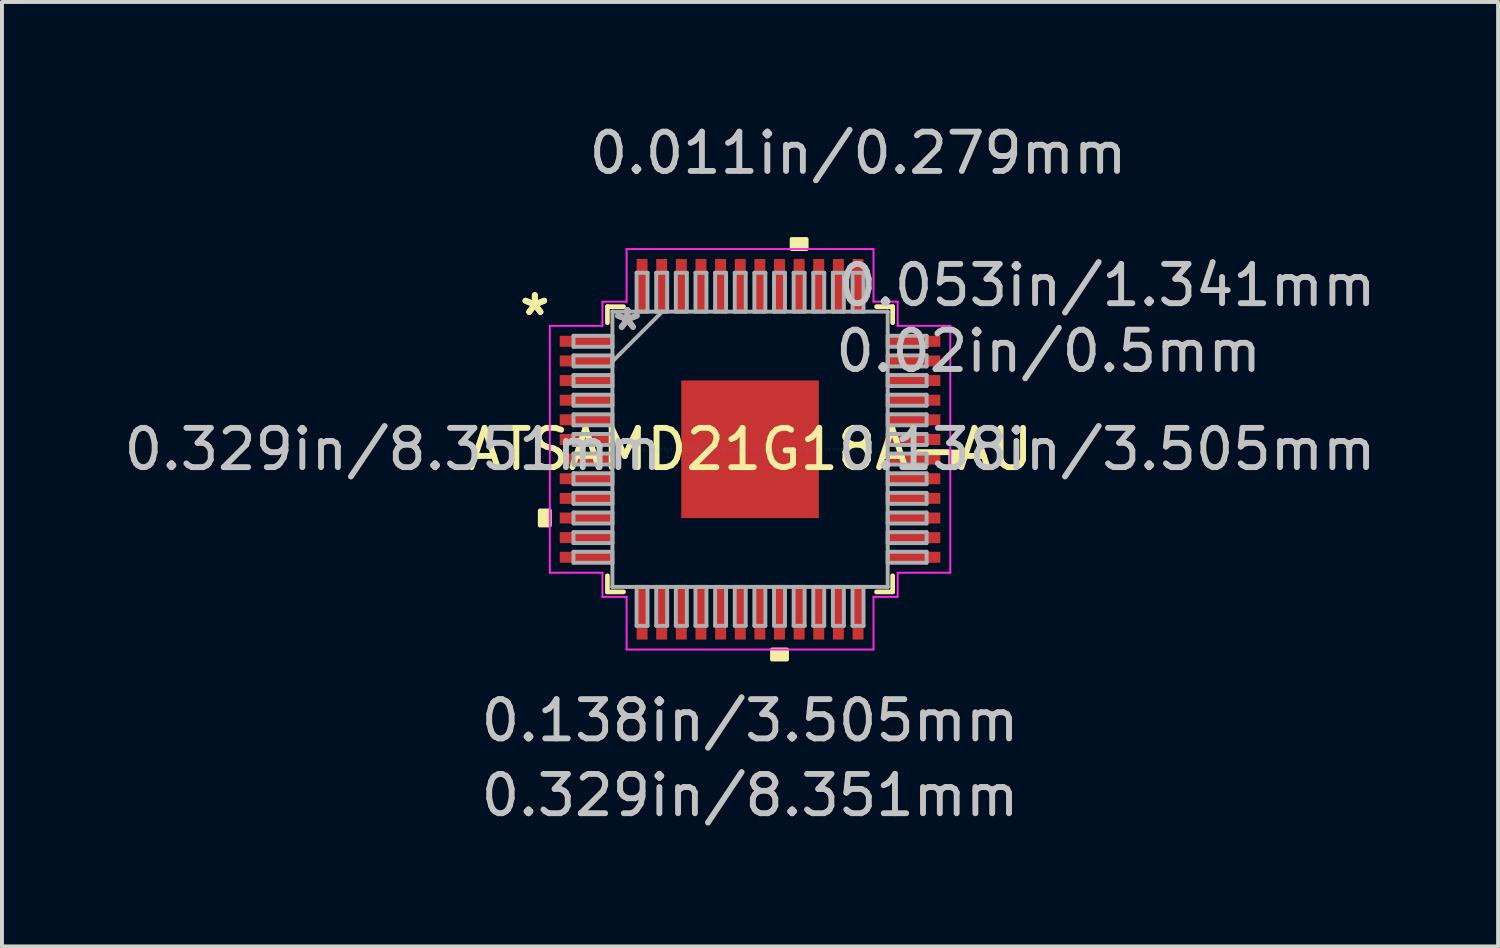
<source format=kicad_pcb>
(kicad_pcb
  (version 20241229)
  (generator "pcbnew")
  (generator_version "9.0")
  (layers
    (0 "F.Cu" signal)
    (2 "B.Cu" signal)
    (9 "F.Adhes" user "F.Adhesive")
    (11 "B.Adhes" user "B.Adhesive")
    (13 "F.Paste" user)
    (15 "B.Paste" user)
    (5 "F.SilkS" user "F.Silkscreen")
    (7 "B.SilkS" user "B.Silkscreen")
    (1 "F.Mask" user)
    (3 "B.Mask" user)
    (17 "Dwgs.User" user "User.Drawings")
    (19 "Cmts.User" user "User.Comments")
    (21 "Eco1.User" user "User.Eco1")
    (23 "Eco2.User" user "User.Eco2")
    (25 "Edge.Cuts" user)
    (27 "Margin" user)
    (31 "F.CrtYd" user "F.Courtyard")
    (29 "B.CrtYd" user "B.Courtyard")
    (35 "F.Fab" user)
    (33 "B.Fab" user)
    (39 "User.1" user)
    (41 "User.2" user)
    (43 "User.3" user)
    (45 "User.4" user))
  (footprint "ATSAMD21G18A-AU"
    (layer "F.Cu")
    (at 16.052 8.392)
    (property "Reference" "ATSAMD21G18A-AU" (at 0 0 0) (layer "F.SilkS") (effects (font (size 1 1) (thickness 0.15))))
    (attr through_hole)
    (fp_line (start -3.632 -3.632) (end -3.632 -3.222) (stroke (width 0.12) (type solid)) (layer "F.SilkS"))
    (fp_line (start -3.632 3.222) (end -3.632 3.632) (stroke (width 0.12) (type solid)) (layer "F.SilkS"))
    (fp_line (start -3.632 3.632) (end -3.222 3.632) (stroke (width 0.12) (type solid)) (layer "F.SilkS"))
    (fp_line (start -3.222 -3.632) (end -3.632 -3.632) (stroke (width 0.12) (type solid)) (layer "F.SilkS"))
    (fp_line (start 3.222 3.632) (end 3.632 3.632) (stroke (width 0.12) (type solid)) (layer "F.SilkS"))
    (fp_line (start 3.632 -3.632) (end 3.222 -3.632) (stroke (width 0.12) (type solid)) (layer "F.SilkS"))
    (fp_line (start 3.632 -3.222) (end 3.632 -3.632) (stroke (width 0.12) (type solid)) (layer "F.SilkS"))
    (fp_line (start 3.632 3.632) (end 3.632 3.222) (stroke (width 0.12) (type solid)) (layer "F.SilkS"))
    (fp_poly (pts (xy -5.354 1.559) (xy -5.354 1.94) (xy -5.1 1.94) (xy -5.1 1.559)) (stroke (width 0.1) (type solid)) (fill yes) (layer "F.SilkS"))
    (fp_poly (pts (xy 0.56 5.1) (xy 0.56 5.354) (xy 0.941 5.354) (xy 0.941 5.1)) (stroke (width 0.1) (type solid)) (fill yes) (layer "F.SilkS"))
    (fp_poly (pts (xy 1.06 -5.1) (xy 1.06 -5.354) (xy 1.44 -5.354) (xy 1.44 -5.1)) (stroke (width 0.1) (type solid)) (fill yes) (layer "F.SilkS"))
    (fp_poly (pts (xy 5.354 0.059) (xy 5.354 0.441) (xy 5.1 0.441) (xy 5.1 0.059)) (stroke (width 0.1) (type solid)) (fill yes) (layer "F.SilkS"))
    (fp_poly (pts (xy -1.653 -1.653) (xy -1.653 -0.1) (xy -0.1 -0.1) (xy -0.1 -1.653)) (stroke (width 0.1) (type solid)) (fill yes) (layer "F.Paste"))
    (fp_poly (pts (xy -1.653 0.1) (xy -1.653 1.653) (xy -0.1 1.653) (xy -0.1 0.1)) (stroke (width 0.1) (type solid)) (fill yes) (layer "F.Paste"))
    (fp_poly (pts (xy 0.1 -1.653) (xy 0.1 -0.1) (xy 1.653 -0.1) (xy 1.653 -1.653)) (stroke (width 0.1) (type solid)) (fill yes) (layer "F.Paste"))
    (fp_poly (pts (xy 0.1 0.1) (xy 0.1 1.653) (xy 1.653 1.653) (xy 1.653 0.1)) (stroke (width 0.1) (type solid)) (fill yes) (layer "F.Paste"))
    (fp_line (start -5.1 -3.144) (end -3.759 -3.144) (stroke (width 0.05) (type solid)) (layer "F.CrtYd"))
    (fp_line (start -5.1 3.144) (end -5.1 -3.144) (stroke (width 0.05) (type solid)) (layer "F.CrtYd"))
    (fp_line (start -3.759 -3.759) (end -3.144 -3.759) (stroke (width 0.05) (type solid)) (layer "F.CrtYd"))
    (fp_line (start -3.759 -3.144) (end -3.759 -3.759) (stroke (width 0.05) (type solid)) (layer "F.CrtYd"))
    (fp_line (start -3.759 3.144) (end -5.1 3.144) (stroke (width 0.05) (type solid)) (layer "F.CrtYd"))
    (fp_line (start -3.759 3.759) (end -3.759 3.144) (stroke (width 0.05) (type solid)) (layer "F.CrtYd"))
    (fp_line (start -3.144 -5.1) (end 3.144 -5.1) (stroke (width 0.05) (type solid)) (layer "F.CrtYd"))
    (fp_line (start -3.144 -3.759) (end -3.144 -5.1) (stroke (width 0.05) (type solid)) (layer "F.CrtYd"))
    (fp_line (start -3.144 3.759) (end -3.759 3.759) (stroke (width 0.05) (type solid)) (layer "F.CrtYd"))
    (fp_line (start -3.144 5.1) (end -3.144 3.759) (stroke (width 0.05) (type solid)) (layer "F.CrtYd"))
    (fp_line (start 3.144 -5.1) (end 3.144 -3.759) (stroke (width 0.05) (type solid)) (layer "F.CrtYd"))
    (fp_line (start 3.144 -3.759) (end 3.759 -3.759) (stroke (width 0.05) (type solid)) (layer "F.CrtYd"))
    (fp_line (start 3.144 3.759) (end 3.144 5.1) (stroke (width 0.05) (type solid)) (layer "F.CrtYd"))
    (fp_line (start 3.144 5.1) (end -3.144 5.1) (stroke (width 0.05) (type solid)) (layer "F.CrtYd"))
    (fp_line (start 3.759 -3.759) (end 3.759 -3.144) (stroke (width 0.05) (type solid)) (layer "F.CrtYd"))
    (fp_line (start 3.759 -3.144) (end 5.1 -3.144) (stroke (width 0.05) (type solid)) (layer "F.CrtYd"))
    (fp_line (start 3.759 3.144) (end 3.759 3.759) (stroke (width 0.05) (type solid)) (layer "F.CrtYd"))
    (fp_line (start 3.759 3.759) (end 3.144 3.759) (stroke (width 0.05) (type solid)) (layer "F.CrtYd"))
    (fp_line (start 5.1 -3.144) (end 5.1 3.144) (stroke (width 0.05) (type solid)) (layer "F.CrtYd"))
    (fp_line (start 5.1 3.144) (end 3.759 3.144) (stroke (width 0.05) (type solid)) (layer "F.CrtYd"))
    (fp_line (start -4.496 -2.89) (end -4.496 -2.61) (stroke (width 0.1) (type solid)) (layer "F.Fab"))
    (fp_line (start -4.496 -2.61) (end -3.505 -2.61) (stroke (width 0.1) (type solid)) (layer "F.Fab"))
    (fp_line (start -4.496 -2.39) (end -4.496 -2.11) (stroke (width 0.1) (type solid)) (layer "F.Fab"))
    (fp_line (start -4.496 -2.11) (end -3.505 -2.11) (stroke (width 0.1) (type solid)) (layer "F.Fab"))
    (fp_line (start -4.496 -1.89) (end -4.496 -1.61) (stroke (width 0.1) (type solid)) (layer "F.Fab"))
    (fp_line (start -4.496 -1.61) (end -3.505 -1.61) (stroke (width 0.1) (type solid)) (layer "F.Fab"))
    (fp_line (start -4.496 -1.39) (end -4.496 -1.11) (stroke (width 0.1) (type solid)) (layer "F.Fab"))
    (fp_line (start -4.496 -1.11) (end -3.505 -1.11) (stroke (width 0.1) (type solid)) (layer "F.Fab"))
    (fp_line (start -4.496 -0.89) (end -4.496 -0.61) (stroke (width 0.1) (type solid)) (layer "F.Fab"))
    (fp_line (start -4.496 -0.61) (end -3.505 -0.61) (stroke (width 0.1) (type solid)) (layer "F.Fab"))
    (fp_line (start -4.496 -0.39) (end -4.496 -0.11) (stroke (width 0.1) (type solid)) (layer "F.Fab"))
    (fp_line (start -4.496 -0.11) (end -3.505 -0.11) (stroke (width 0.1) (type solid)) (layer "F.Fab"))
    (fp_line (start -4.496 0.11) (end -4.496 0.39) (stroke (width 0.1) (type solid)) (layer "F.Fab"))
    (fp_line (start -4.496 0.39) (end -3.505 0.39) (stroke (width 0.1) (type solid)) (layer "F.Fab"))
    (fp_line (start -4.496 0.61) (end -4.496 0.89) (stroke (width 0.1) (type solid)) (layer "F.Fab"))
    (fp_line (start -4.496 0.89) (end -3.505 0.89) (stroke (width 0.1) (type solid)) (layer "F.Fab"))
    (fp_line (start -4.496 1.11) (end -4.496 1.39) (stroke (width 0.1) (type solid)) (layer "F.Fab"))
    (fp_line (start -4.496 1.39) (end -3.505 1.39) (stroke (width 0.1) (type solid)) (layer "F.Fab"))
    (fp_line (start -4.496 1.61) (end -4.496 1.89) (stroke (width 0.1) (type solid)) (layer "F.Fab"))
    (fp_line (start -4.496 1.89) (end -3.505 1.89) (stroke (width 0.1) (type solid)) (layer "F.Fab"))
    (fp_line (start -4.496 2.11) (end -4.496 2.39) (stroke (width 0.1) (type solid)) (layer "F.Fab"))
    (fp_line (start -4.496 2.39) (end -3.505 2.39) (stroke (width 0.1) (type solid)) (layer "F.Fab"))
    (fp_line (start -4.496 2.61) (end -4.496 2.89) (stroke (width 0.1) (type solid)) (layer "F.Fab"))
    (fp_line (start -4.496 2.89) (end -3.505 2.89) (stroke (width 0.1) (type solid)) (layer "F.Fab"))
    (fp_line (start -3.505 -3.505) (end -3.505 -3.505) (stroke (width 0.1) (type solid)) (layer "F.Fab"))
    (fp_line (start -3.505 -3.505) (end -3.505 3.505) (stroke (width 0.1) (type solid)) (layer "F.Fab"))
    (fp_line (start -3.505 -2.89) (end -4.496 -2.89) (stroke (width 0.1) (type solid)) (layer "F.Fab"))
    (fp_line (start -3.505 -2.61) (end -3.505 -2.89) (stroke (width 0.1) (type solid)) (layer "F.Fab"))
    (fp_line (start -3.505 -2.39) (end -4.496 -2.39) (stroke (width 0.1) (type solid)) (layer "F.Fab"))
    (fp_line (start -3.505 -2.235) (end -2.235 -3.505) (stroke (width 0.1) (type solid)) (layer "F.Fab"))
    (fp_line (start -3.505 -2.11) (end -3.505 -2.39) (stroke (width 0.1) (type solid)) (layer "F.Fab"))
    (fp_line (start -3.505 -1.89) (end -4.496 -1.89) (stroke (width 0.1) (type solid)) (layer "F.Fab"))
    (fp_line (start -3.505 -1.61) (end -3.505 -1.89) (stroke (width 0.1) (type solid)) (layer "F.Fab"))
    (fp_line (start -3.505 -1.39) (end -4.496 -1.39) (stroke (width 0.1) (type solid)) (layer "F.Fab"))
    (fp_line (start -3.505 -1.11) (end -3.505 -1.39) (stroke (width 0.1) (type solid)) (layer "F.Fab"))
    (fp_line (start -3.505 -0.89) (end -4.496 -0.89) (stroke (width 0.1) (type solid)) (layer "F.Fab"))
    (fp_line (start -3.505 -0.61) (end -3.505 -0.89) (stroke (width 0.1) (type solid)) (layer "F.Fab"))
    (fp_line (start -3.505 -0.39) (end -4.496 -0.39) (stroke (width 0.1) (type solid)) (layer "F.Fab"))
    (fp_line (start -3.505 -0.11) (end -3.505 -0.39) (stroke (width 0.1) (type solid)) (layer "F.Fab"))
    (fp_line (start -3.505 0.11) (end -4.496 0.11) (stroke (width 0.1) (type solid)) (layer "F.Fab"))
    (fp_line (start -3.505 0.39) (end -3.505 0.11) (stroke (width 0.1) (type solid)) (layer "F.Fab"))
    (fp_line (start -3.505 0.61) (end -4.496 0.61) (stroke (width 0.1) (type solid)) (layer "F.Fab"))
    (fp_line (start -3.505 0.89) (end -3.505 0.61) (stroke (width 0.1) (type solid)) (layer "F.Fab"))
    (fp_line (start -3.505 1.11) (end -4.496 1.11) (stroke (width 0.1) (type solid)) (layer "F.Fab"))
    (fp_line (start -3.505 1.39) (end -3.505 1.11) (stroke (width 0.1) (type solid)) (layer "F.Fab"))
    (fp_line (start -3.505 1.61) (end -4.496 1.61) (stroke (width 0.1) (type solid)) (layer "F.Fab"))
    (fp_line (start -3.505 1.89) (end -3.505 1.61) (stroke (width 0.1) (type solid)) (layer "F.Fab"))
    (fp_line (start -3.505 2.11) (end -4.496 2.11) (stroke (width 0.1) (type solid)) (layer "F.Fab"))
    (fp_line (start -3.505 2.39) (end -3.505 2.11) (stroke (width 0.1) (type solid)) (layer "F.Fab"))
    (fp_line (start -3.505 2.61) (end -4.496 2.61) (stroke (width 0.1) (type solid)) (layer "F.Fab"))
    (fp_line (start -3.505 2.89) (end -3.505 2.61) (stroke (width 0.1) (type solid)) (layer "F.Fab"))
    (fp_line (start -3.505 3.505) (end -3.505 3.505) (stroke (width 0.1) (type solid)) (layer "F.Fab"))
    (fp_line (start -3.505 3.505) (end 3.505 3.505) (stroke (width 0.1) (type solid)) (layer "F.Fab"))
    (fp_line (start -2.89 -4.496) (end -2.89 -3.505) (stroke (width 0.1) (type solid)) (layer "F.Fab"))
    (fp_line (start -2.89 -3.505) (end -2.61 -3.505) (stroke (width 0.1) (type solid)) (layer "F.Fab"))
    (fp_line (start -2.89 3.505) (end -2.89 4.496) (stroke (width 0.1) (type solid)) (layer "F.Fab"))
    (fp_line (start -2.89 4.496) (end -2.61 4.496) (stroke (width 0.1) (type solid)) (layer "F.Fab"))
    (fp_line (start -2.61 -4.496) (end -2.89 -4.496) (stroke (width 0.1) (type solid)) (layer "F.Fab"))
    (fp_line (start -2.61 -3.505) (end -2.61 -4.496) (stroke (width 0.1) (type solid)) (layer "F.Fab"))
    (fp_line (start -2.61 3.505) (end -2.89 3.505) (stroke (width 0.1) (type solid)) (layer "F.Fab"))
    (fp_line (start -2.61 4.496) (end -2.61 3.505) (stroke (width 0.1) (type solid)) (layer "F.Fab"))
    (fp_line (start -2.39 -4.496) (end -2.39 -3.505) (stroke (width 0.1) (type solid)) (layer "F.Fab"))
    (fp_line (start -2.39 -3.505) (end -2.11 -3.505) (stroke (width 0.1) (type solid)) (layer "F.Fab"))
    (fp_line (start -2.39 3.505) (end -2.39 4.496) (stroke (width 0.1) (type solid)) (layer "F.Fab"))
    (fp_line (start -2.39 4.496) (end -2.11 4.496) (stroke (width 0.1) (type solid)) (layer "F.Fab"))
    (fp_line (start -2.11 -4.496) (end -2.39 -4.496) (stroke (width 0.1) (type solid)) (layer "F.Fab"))
    (fp_line (start -2.11 -3.505) (end -2.11 -4.496) (stroke (width 0.1) (type solid)) (layer "F.Fab"))
    (fp_line (start -2.11 3.505) (end -2.39 3.505) (stroke (width 0.1) (type solid)) (layer "F.Fab"))
    (fp_line (start -2.11 4.496) (end -2.11 3.505) (stroke (width 0.1) (type solid)) (layer "F.Fab"))
    (fp_line (start -1.89 -4.496) (end -1.89 -3.505) (stroke (width 0.1) (type solid)) (layer "F.Fab"))
    (fp_line (start -1.89 -3.505) (end -1.61 -3.505) (stroke (width 0.1) (type solid)) (layer "F.Fab"))
    (fp_line (start -1.89 3.505) (end -1.89 4.496) (stroke (width 0.1) (type solid)) (layer "F.Fab"))
    (fp_line (start -1.89 4.496) (end -1.61 4.496) (stroke (width 0.1) (type solid)) (layer "F.Fab"))
    (fp_line (start -1.61 -4.496) (end -1.89 -4.496) (stroke (width 0.1) (type solid)) (layer "F.Fab"))
    (fp_line (start -1.61 -3.505) (end -1.61 -4.496) (stroke (width 0.1) (type solid)) (layer "F.Fab"))
    (fp_line (start -1.61 3.505) (end -1.89 3.505) (stroke (width 0.1) (type solid)) (layer "F.Fab"))
    (fp_line (start -1.61 4.496) (end -1.61 3.505) (stroke (width 0.1) (type solid)) (layer "F.Fab"))
    (fp_line (start -1.39 -4.496) (end -1.39 -3.505) (stroke (width 0.1) (type solid)) (layer "F.Fab"))
    (fp_line (start -1.39 -3.505) (end -1.11 -3.505) (stroke (width 0.1) (type solid)) (layer "F.Fab"))
    (fp_line (start -1.39 3.505) (end -1.39 4.496) (stroke (width 0.1) (type solid)) (layer "F.Fab"))
    (fp_line (start -1.39 4.496) (end -1.11 4.496) (stroke (width 0.1) (type solid)) (layer "F.Fab"))
    (fp_line (start -1.11 -4.496) (end -1.39 -4.496) (stroke (width 0.1) (type solid)) (layer "F.Fab"))
    (fp_line (start -1.11 -3.505) (end -1.11 -4.496) (stroke (width 0.1) (type solid)) (layer "F.Fab"))
    (fp_line (start -1.11 3.505) (end -1.39 3.505) (stroke (width 0.1) (type solid)) (layer "F.Fab"))
    (fp_line (start -1.11 4.496) (end -1.11 3.505) (stroke (width 0.1) (type solid)) (layer "F.Fab"))
    (fp_line (start -0.89 -4.496) (end -0.89 -3.505) (stroke (width 0.1) (type solid)) (layer "F.Fab"))
    (fp_line (start -0.89 -3.505) (end -0.61 -3.505) (stroke (width 0.1) (type solid)) (layer "F.Fab"))
    (fp_line (start -0.89 3.505) (end -0.89 4.496) (stroke (width 0.1) (type solid)) (layer "F.Fab"))
    (fp_line (start -0.89 4.496) (end -0.61 4.496) (stroke (width 0.1) (type solid)) (layer "F.Fab"))
    (fp_line (start -0.61 -4.496) (end -0.89 -4.496) (stroke (width 0.1) (type solid)) (layer "F.Fab"))
    (fp_line (start -0.61 -3.505) (end -0.61 -4.496) (stroke (width 0.1) (type solid)) (layer "F.Fab"))
    (fp_line (start -0.61 3.505) (end -0.89 3.505) (stroke (width 0.1) (type solid)) (layer "F.Fab"))
    (fp_line (start -0.61 4.496) (end -0.61 3.505) (stroke (width 0.1) (type solid)) (layer "F.Fab"))
    (fp_line (start -0.39 -4.496) (end -0.39 -3.505) (stroke (width 0.1) (type solid)) (layer "F.Fab"))
    (fp_line (start -0.39 -3.505) (end -0.11 -3.505) (stroke (width 0.1) (type solid)) (layer "F.Fab"))
    (fp_line (start -0.39 3.505) (end -0.39 4.496) (stroke (width 0.1) (type solid)) (layer "F.Fab"))
    (fp_line (start -0.39 4.496) (end -0.11 4.496) (stroke (width 0.1) (type solid)) (layer "F.Fab"))
    (fp_line (start -0.11 -4.496) (end -0.39 -4.496) (stroke (width 0.1) (type solid)) (layer "F.Fab"))
    (fp_line (start -0.11 -3.505) (end -0.11 -4.496) (stroke (width 0.1) (type solid)) (layer "F.Fab"))
    (fp_line (start -0.11 3.505) (end -0.39 3.505) (stroke (width 0.1) (type solid)) (layer "F.Fab"))
    (fp_line (start -0.11 4.496) (end -0.11 3.505) (stroke (width 0.1) (type solid)) (layer "F.Fab"))
    (fp_line (start 0.11 -4.496) (end 0.11 -3.505) (stroke (width 0.1) (type solid)) (layer "F.Fab"))
    (fp_line (start 0.11 -3.505) (end 0.39 -3.505) (stroke (width 0.1) (type solid)) (layer "F.Fab"))
    (fp_line (start 0.11 3.505) (end 0.11 4.496) (stroke (width 0.1) (type solid)) (layer "F.Fab"))
    (fp_line (start 0.11 4.496) (end 0.39 4.496) (stroke (width 0.1) (type solid)) (layer "F.Fab"))
    (fp_line (start 0.39 -4.496) (end 0.11 -4.496) (stroke (width 0.1) (type solid)) (layer "F.Fab"))
    (fp_line (start 0.39 -3.505) (end 0.39 -4.496) (stroke (width 0.1) (type solid)) (layer "F.Fab"))
    (fp_line (start 0.39 3.505) (end 0.11 3.505) (stroke (width 0.1) (type solid)) (layer "F.Fab"))
    (fp_line (start 0.39 4.496) (end 0.39 3.505) (stroke (width 0.1) (type solid)) (layer "F.Fab"))
    (fp_line (start 0.61 -4.496) (end 0.61 -3.505) (stroke (width 0.1) (type solid)) (layer "F.Fab"))
    (fp_line (start 0.61 -3.505) (end 0.89 -3.505) (stroke (width 0.1) (type solid)) (layer "F.Fab"))
    (fp_line (start 0.61 3.505) (end 0.61 4.496) (stroke (width 0.1) (type solid)) (layer "F.Fab"))
    (fp_line (start 0.61 4.496) (end 0.89 4.496) (stroke (width 0.1) (type solid)) (layer "F.Fab"))
    (fp_line (start 0.89 -4.496) (end 0.61 -4.496) (stroke (width 0.1) (type solid)) (layer "F.Fab"))
    (fp_line (start 0.89 -3.505) (end 0.89 -4.496) (stroke (width 0.1) (type solid)) (layer "F.Fab"))
    (fp_line (start 0.89 3.505) (end 0.61 3.505) (stroke (width 0.1) (type solid)) (layer "F.Fab"))
    (fp_line (start 0.89 4.496) (end 0.89 3.505) (stroke (width 0.1) (type solid)) (layer "F.Fab"))
    (fp_line (start 1.11 -4.496) (end 1.11 -3.505) (stroke (width 0.1) (type solid)) (layer "F.Fab"))
    (fp_line (start 1.11 -3.505) (end 1.39 -3.505) (stroke (width 0.1) (type solid)) (layer "F.Fab"))
    (fp_line (start 1.11 3.505) (end 1.11 4.496) (stroke (width 0.1) (type solid)) (layer "F.Fab"))
    (fp_line (start 1.11 4.496) (end 1.39 4.496) (stroke (width 0.1) (type solid)) (layer "F.Fab"))
    (fp_line (start 1.39 -4.496) (end 1.11 -4.496) (stroke (width 0.1) (type solid)) (layer "F.Fab"))
    (fp_line (start 1.39 -3.505) (end 1.39 -4.496) (stroke (width 0.1) (type solid)) (layer "F.Fab"))
    (fp_line (start 1.39 3.505) (end 1.11 3.505) (stroke (width 0.1) (type solid)) (layer "F.Fab"))
    (fp_line (start 1.39 4.496) (end 1.39 3.505) (stroke (width 0.1) (type solid)) (layer "F.Fab"))
    (fp_line (start 1.61 -4.496) (end 1.61 -3.505) (stroke (width 0.1) (type solid)) (layer "F.Fab"))
    (fp_line (start 1.61 -3.505) (end 1.89 -3.505) (stroke (width 0.1) (type solid)) (layer "F.Fab"))
    (fp_line (start 1.61 3.505) (end 1.61 4.496) (stroke (width 0.1) (type solid)) (layer "F.Fab"))
    (fp_line (start 1.61 4.496) (end 1.89 4.496) (stroke (width 0.1) (type solid)) (layer "F.Fab"))
    (fp_line (start 1.89 -4.496) (end 1.61 -4.496) (stroke (width 0.1) (type solid)) (layer "F.Fab"))
    (fp_line (start 1.89 -3.505) (end 1.89 -4.496) (stroke (width 0.1) (type solid)) (layer "F.Fab"))
    (fp_line (start 1.89 3.505) (end 1.61 3.505) (stroke (width 0.1) (type solid)) (layer "F.Fab"))
    (fp_line (start 1.89 4.496) (end 1.89 3.505) (stroke (width 0.1) (type solid)) (layer "F.Fab"))
    (fp_line (start 2.11 -4.496) (end 2.11 -3.505) (stroke (width 0.1) (type solid)) (layer "F.Fab"))
    (fp_line (start 2.11 -3.505) (end 2.39 -3.505) (stroke (width 0.1) (type solid)) (layer "F.Fab"))
    (fp_line (start 2.11 3.505) (end 2.11 4.496) (stroke (width 0.1) (type solid)) (layer "F.Fab"))
    (fp_line (start 2.11 4.496) (end 2.39 4.496) (stroke (width 0.1) (type solid)) (layer "F.Fab"))
    (fp_line (start 2.39 -4.496) (end 2.11 -4.496) (stroke (width 0.1) (type solid)) (layer "F.Fab"))
    (fp_line (start 2.39 -3.505) (end 2.39 -4.496) (stroke (width 0.1) (type solid)) (layer "F.Fab"))
    (fp_line (start 2.39 3.505) (end 2.11 3.505) (stroke (width 0.1) (type solid)) (layer "F.Fab"))
    (fp_line (start 2.39 4.496) (end 2.39 3.505) (stroke (width 0.1) (type solid)) (layer "F.Fab"))
    (fp_line (start 2.61 -4.496) (end 2.61 -3.505) (stroke (width 0.1) (type solid)) (layer "F.Fab"))
    (fp_line (start 2.61 -3.505) (end 2.89 -3.505) (stroke (width 0.1) (type solid)) (layer "F.Fab"))
    (fp_line (start 2.61 3.505) (end 2.61 4.496) (stroke (width 0.1) (type solid)) (layer "F.Fab"))
    (fp_line (start 2.61 4.496) (end 2.89 4.496) (stroke (width 0.1) (type solid)) (layer "F.Fab"))
    (fp_line (start 2.89 -4.496) (end 2.61 -4.496) (stroke (width 0.1) (type solid)) (layer "F.Fab"))
    (fp_line (start 2.89 -3.505) (end 2.89 -4.496) (stroke (width 0.1) (type solid)) (layer "F.Fab"))
    (fp_line (start 2.89 3.505) (end 2.61 3.505) (stroke (width 0.1) (type solid)) (layer "F.Fab"))
    (fp_line (start 2.89 4.496) (end 2.89 3.505) (stroke (width 0.1) (type solid)) (layer "F.Fab"))
    (fp_line (start 3.505 -3.505) (end -3.505 -3.505) (stroke (width 0.1) (type solid)) (layer "F.Fab"))
    (fp_line (start 3.505 -3.505) (end 3.505 -3.505) (stroke (width 0.1) (type solid)) (layer "F.Fab"))
    (fp_line (start 3.505 -2.89) (end 3.505 -2.61) (stroke (width 0.1) (type solid)) (layer "F.Fab"))
    (fp_line (start 3.505 -2.61) (end 4.496 -2.61) (stroke (width 0.1) (type solid)) (layer "F.Fab"))
    (fp_line (start 3.505 -2.39) (end 3.505 -2.11) (stroke (width 0.1) (type solid)) (layer "F.Fab"))
    (fp_line (start 3.505 -2.11) (end 4.496 -2.11) (stroke (width 0.1) (type solid)) (layer "F.Fab"))
    (fp_line (start 3.505 -1.89) (end 3.505 -1.61) (stroke (width 0.1) (type solid)) (layer "F.Fab"))
    (fp_line (start 3.505 -1.61) (end 4.496 -1.61) (stroke (width 0.1) (type solid)) (layer "F.Fab"))
    (fp_line (start 3.505 -1.39) (end 3.505 -1.11) (stroke (width 0.1) (type solid)) (layer "F.Fab"))
    (fp_line (start 3.505 -1.11) (end 4.496 -1.11) (stroke (width 0.1) (type solid)) (layer "F.Fab"))
    (fp_line (start 3.505 -0.89) (end 3.505 -0.61) (stroke (width 0.1) (type solid)) (layer "F.Fab"))
    (fp_line (start 3.505 -0.61) (end 4.496 -0.61) (stroke (width 0.1) (type solid)) (layer "F.Fab"))
    (fp_line (start 3.505 -0.39) (end 3.505 -0.11) (stroke (width 0.1) (type solid)) (layer "F.Fab"))
    (fp_line (start 3.505 -0.11) (end 4.496 -0.11) (stroke (width 0.1) (type solid)) (layer "F.Fab"))
    (fp_line (start 3.505 0.11) (end 3.505 0.39) (stroke (width 0.1) (type solid)) (layer "F.Fab"))
    (fp_line (start 3.505 0.39) (end 4.496 0.39) (stroke (width 0.1) (type solid)) (layer "F.Fab"))
    (fp_line (start 3.505 0.61) (end 3.505 0.89) (stroke (width 0.1) (type solid)) (layer "F.Fab"))
    (fp_line (start 3.505 0.89) (end 4.496 0.89) (stroke (width 0.1) (type solid)) (layer "F.Fab"))
    (fp_line (start 3.505 1.11) (end 3.505 1.39) (stroke (width 0.1) (type solid)) (layer "F.Fab"))
    (fp_line (start 3.505 1.39) (end 4.496 1.39) (stroke (width 0.1) (type solid)) (layer "F.Fab"))
    (fp_line (start 3.505 1.61) (end 3.505 1.89) (stroke (width 0.1) (type solid)) (layer "F.Fab"))
    (fp_line (start 3.505 1.89) (end 4.496 1.89) (stroke (width 0.1) (type solid)) (layer "F.Fab"))
    (fp_line (start 3.505 2.11) (end 3.505 2.39) (stroke (width 0.1) (type solid)) (layer "F.Fab"))
    (fp_line (start 3.505 2.39) (end 4.496 2.39) (stroke (width 0.1) (type solid)) (layer "F.Fab"))
    (fp_line (start 3.505 2.61) (end 3.505 2.89) (stroke (width 0.1) (type solid)) (layer "F.Fab"))
    (fp_line (start 3.505 2.89) (end 4.496 2.89) (stroke (width 0.1) (type solid)) (layer "F.Fab"))
    (fp_line (start 3.505 3.505) (end 3.505 -3.505) (stroke (width 0.1) (type solid)) (layer "F.Fab"))
    (fp_line (start 3.505 3.505) (end 3.505 3.505) (stroke (width 0.1) (type solid)) (layer "F.Fab"))
    (fp_line (start 4.496 -2.89) (end 3.505 -2.89) (stroke (width 0.1) (type solid)) (layer "F.Fab"))
    (fp_line (start 4.496 -2.61) (end 4.496 -2.89) (stroke (width 0.1) (type solid)) (layer "F.Fab"))
    (fp_line (start 4.496 -2.39) (end 3.505 -2.39) (stroke (width 0.1) (type solid)) (layer "F.Fab"))
    (fp_line (start 4.496 -2.11) (end 4.496 -2.39) (stroke (width 0.1) (type solid)) (layer "F.Fab"))
    (fp_line (start 4.496 -1.89) (end 3.505 -1.89) (stroke (width 0.1) (type solid)) (layer "F.Fab"))
    (fp_line (start 4.496 -1.61) (end 4.496 -1.89) (stroke (width 0.1) (type solid)) (layer "F.Fab"))
    (fp_line (start 4.496 -1.39) (end 3.505 -1.39) (stroke (width 0.1) (type solid)) (layer "F.Fab"))
    (fp_line (start 4.496 -1.11) (end 4.496 -1.39) (stroke (width 0.1) (type solid)) (layer "F.Fab"))
    (fp_line (start 4.496 -0.89) (end 3.505 -0.89) (stroke (width 0.1) (type solid)) (layer "F.Fab"))
    (fp_line (start 4.496 -0.61) (end 4.496 -0.89) (stroke (width 0.1) (type solid)) (layer "F.Fab"))
    (fp_line (start 4.496 -0.39) (end 3.505 -0.39) (stroke (width 0.1) (type solid)) (layer "F.Fab"))
    (fp_line (start 4.496 -0.11) (end 4.496 -0.39) (stroke (width 0.1) (type solid)) (layer "F.Fab"))
    (fp_line (start 4.496 0.11) (end 3.505 0.11) (stroke (width 0.1) (type solid)) (layer "F.Fab"))
    (fp_line (start 4.496 0.39) (end 4.496 0.11) (stroke (width 0.1) (type solid)) (layer "F.Fab"))
    (fp_line (start 4.496 0.61) (end 3.505 0.61) (stroke (width 0.1) (type solid)) (layer "F.Fab"))
    (fp_line (start 4.496 0.89) (end 4.496 0.61) (stroke (width 0.1) (type solid)) (layer "F.Fab"))
    (fp_line (start 4.496 1.11) (end 3.505 1.11) (stroke (width 0.1) (type solid)) (layer "F.Fab"))
    (fp_line (start 4.496 1.39) (end 4.496 1.11) (stroke (width 0.1) (type solid)) (layer "F.Fab"))
    (fp_line (start 4.496 1.61) (end 3.505 1.61) (stroke (width 0.1) (type solid)) (layer "F.Fab"))
    (fp_line (start 4.496 1.89) (end 4.496 1.61) (stroke (width 0.1) (type solid)) (layer "F.Fab"))
    (fp_line (start 4.496 2.11) (end 3.505 2.11) (stroke (width 0.1) (type solid)) (layer "F.Fab"))
    (fp_line (start 4.496 2.39) (end 4.496 2.11) (stroke (width 0.1) (type solid)) (layer "F.Fab"))
    (fp_line (start 4.496 2.61) (end 3.505 2.61) (stroke (width 0.1) (type solid)) (layer "F.Fab"))
    (fp_line (start 4.496 2.89) (end 4.496 2.61) (stroke (width 0.1) (type solid)) (layer "F.Fab"))
    (fp_text user "*" (at -5.481 -3.381 0) (layer "F.SilkS") (effects (font (size 1 1) (thickness 0.15))))
    (fp_text user "*" (at -5.481 -3.381 0) (layer "F.SilkS") (effects (font (size 1 1) (thickness 0.15))))
    (fp_text user "0.02in/0.5mm" (at 7.604 -2.5 0) (layer "Dwgs.User") (effects (font (size 1 1) (thickness 0.15))))
    (fp_text user "0.011in/0.279mm" (at 2.75 -7.544 0) (layer "Dwgs.User") (effects (font (size 1 1) (thickness 0.15))))
    (fp_text user "0.138in/3.505mm" (at 9.093 0 0) (layer "Dwgs.User") (effects (font (size 1 1) (thickness 0.15))))
    (fp_text user "0.138in/3.505mm" (at 0 6.909 0) (layer "Dwgs.User") (effects (font (size 1 1) (thickness 0.15))))
    (fp_text user "0.329in/8.351mm" (at 0 8.814 0) (layer "Dwgs.User") (effects (font (size 1 1) (thickness 0.15))))
    (fp_text user "0.329in/8.351mm" (at -9.093 0 0) (layer "Dwgs.User") (effects (font (size 1 1) (thickness 0.15))))
    (fp_text user "0.053in/1.341mm" (at 9.093 -4.176 0) (layer "Dwgs.User") (effects (font (size 1 1) (thickness 0.15))))
    (fp_text user "Copyright 2021 Accelerated Designs. All rights reserved." (at 0 0 0) (layer "Cmts.User") (effects (font (size 0.127 0.127) (thickness 0.002))))
    (fp_text user "*" (at -3.124 -3 0) (layer "F.Fab") (effects (font (size 1 1) (thickness 0.15))))
    (fp_text user "*" (at -3.124 -3 0) (layer "F.Fab") (effects (font (size 1 1) (thickness 0.15))))
    (pad "1" smd rect (at -4.176 -2.75 90) (size 0.279 1.341) (layers "F.Cu" "F.Mask" "F.Paste"))
    (pad "2" smd rect (at -4.176 -2.25 90) (size 0.279 1.341) (layers "F.Cu" "F.Mask" "F.Paste"))
    (pad "3" smd rect (at -4.176 -1.75 90) (size 0.279 1.341) (layers "F.Cu" "F.Mask" "F.Paste"))
    (pad "4" smd rect (at -4.176 -1.25 90) (size 0.279 1.341) (layers "F.Cu" "F.Mask" "F.Paste"))
    (pad "5" smd rect (at -4.176 -0.75 90) (size 0.279 1.341) (layers "F.Cu" "F.Mask" "F.Paste"))
    (pad "6" smd rect (at -4.176 -0.25 90) (size 0.279 1.341) (layers "F.Cu" "F.Mask" "F.Paste"))
    (pad "7" smd rect (at -4.176 0.25 90) (size 0.279 1.341) (layers "F.Cu" "F.Mask" "F.Paste"))
    (pad "8" smd rect (at -4.176 0.75 90) (size 0.279 1.341) (layers "F.Cu" "F.Mask" "F.Paste"))
    (pad "9" smd rect (at -4.176 1.25 90) (size 0.279 1.341) (layers "F.Cu" "F.Mask" "F.Paste"))
    (pad "10" smd rect (at -4.176 1.75 90) (size 0.279 1.341) (layers "F.Cu" "F.Mask" "F.Paste"))
    (pad "11" smd rect (at -4.176 2.25 90) (size 0.279 1.341) (layers "F.Cu" "F.Mask" "F.Paste"))
    (pad "12" smd rect (at -4.176 2.75 90) (size 0.279 1.341) (layers "F.Cu" "F.Mask" "F.Paste"))
    (pad "13" smd rect (at -2.75 4.176) (size 0.279 1.341) (layers "F.Cu" "F.Mask" "F.Paste"))
    (pad "14" smd rect (at -2.25 4.176) (size 0.279 1.341) (layers "F.Cu" "F.Mask" "F.Paste"))
    (pad "15" smd rect (at -1.75 4.176) (size 0.279 1.341) (layers "F.Cu" "F.Mask" "F.Paste"))
    (pad "16" smd rect (at -1.25 4.176) (size 0.279 1.341) (layers "F.Cu" "F.Mask" "F.Paste"))
    (pad "17" smd rect (at -0.75 4.176) (size 0.279 1.341) (layers "F.Cu" "F.Mask" "F.Paste"))
    (pad "18" smd rect (at -0.25 4.176) (size 0.279 1.341) (layers "F.Cu" "F.Mask" "F.Paste"))
    (pad "19" smd rect (at 0.25 4.176) (size 0.279 1.341) (layers "F.Cu" "F.Mask" "F.Paste"))
    (pad "20" smd rect (at 0.75 4.176) (size 0.279 1.341) (layers "F.Cu" "F.Mask" "F.Paste"))
    (pad "21" smd rect (at 1.25 4.176) (size 0.279 1.341) (layers "F.Cu" "F.Mask" "F.Paste"))
    (pad "22" smd rect (at 1.75 4.176) (size 0.279 1.341) (layers "F.Cu" "F.Mask" "F.Paste"))
    (pad "23" smd rect (at 2.25 4.176) (size 0.279 1.341) (layers "F.Cu" "F.Mask" "F.Paste"))
    (pad "24" smd rect (at 2.75 4.176) (size 0.279 1.341) (layers "F.Cu" "F.Mask" "F.Paste"))
    (pad "25" smd rect (at 4.176 2.75 90) (size 0.279 1.341) (layers "F.Cu" "F.Mask" "F.Paste"))
    (pad "26" smd rect (at 4.176 2.25 90) (size 0.279 1.341) (layers "F.Cu" "F.Mask" "F.Paste"))
    (pad "27" smd rect (at 4.176 1.75 90) (size 0.279 1.341) (layers "F.Cu" "F.Mask" "F.Paste"))
    (pad "28" smd rect (at 4.176 1.25 90) (size 0.279 1.341) (layers "F.Cu" "F.Mask" "F.Paste"))
    (pad "29" smd rect (at 4.176 0.75 90) (size 0.279 1.341) (layers "F.Cu" "F.Mask" "F.Paste"))
    (pad "30" smd rect (at 4.176 0.25 90) (size 0.279 1.341) (layers "F.Cu" "F.Mask" "F.Paste"))
    (pad "31" smd rect (at 4.176 -0.25 90) (size 0.279 1.341) (layers "F.Cu" "F.Mask" "F.Paste"))
    (pad "32" smd rect (at 4.176 -0.75 90) (size 0.279 1.341) (layers "F.Cu" "F.Mask" "F.Paste"))
    (pad "33" smd rect (at 4.176 -1.25 90) (size 0.279 1.341) (layers "F.Cu" "F.Mask" "F.Paste"))
    (pad "34" smd rect (at 4.176 -1.75 90) (size 0.279 1.341) (layers "F.Cu" "F.Mask" "F.Paste"))
    (pad "35" smd rect (at 4.176 -2.25 90) (size 0.279 1.341) (layers "F.Cu" "F.Mask" "F.Paste"))
    (pad "36" smd rect (at 4.176 -2.75 90) (size 0.279 1.341) (layers "F.Cu" "F.Mask" "F.Paste"))
    (pad "37" smd rect (at 2.75 -4.176) (size 0.279 1.341) (layers "F.Cu" "F.Mask" "F.Paste"))
    (pad "38" smd rect (at 2.25 -4.176) (size 0.279 1.341) (layers "F.Cu" "F.Mask" "F.Paste"))
    (pad "39" smd rect (at 1.75 -4.176) (size 0.279 1.341) (layers "F.Cu" "F.Mask" "F.Paste"))
    (pad "40" smd rect (at 1.25 -4.176) (size 0.279 1.341) (layers "F.Cu" "F.Mask" "F.Paste"))
    (pad "41" smd rect (at 0.75 -4.176) (size 0.279 1.341) (layers "F.Cu" "F.Mask" "F.Paste"))
    (pad "42" smd rect (at 0.25 -4.176) (size 0.279 1.341) (layers "F.Cu" "F.Mask" "F.Paste"))
    (pad "43" smd rect (at -0.25 -4.176) (size 0.279 1.341) (layers "F.Cu" "F.Mask" "F.Paste"))
    (pad "44" smd rect (at -0.75 -4.176) (size 0.279 1.341) (layers "F.Cu" "F.Mask" "F.Paste"))
    (pad "45" smd rect (at -1.25 -4.176) (size 0.279 1.341) (layers "F.Cu" "F.Mask" "F.Paste"))
    (pad "46" smd rect (at -1.75 -4.176) (size 0.279 1.341) (layers "F.Cu" "F.Mask" "F.Paste"))
    (pad "47" smd rect (at -2.25 -4.176) (size 0.279 1.341) (layers "F.Cu" "F.Mask" "F.Paste"))
    (pad "48" smd rect (at -2.75 -4.176) (size 0.279 1.341) (layers "F.Cu" "F.Mask" "F.Paste"))
    (pad "EPAD" smd rect (at 0 0) (size 3.505 3.505) (layers "F.Cu" "F.Mask" "F.Paste")))
  (gr_rect
    (start -3 -3)
    (end 35.103 21.054)
    (stroke (width 0.1) (type default))
    (fill no)
    (layer "Edge.Cuts")))
</source>
